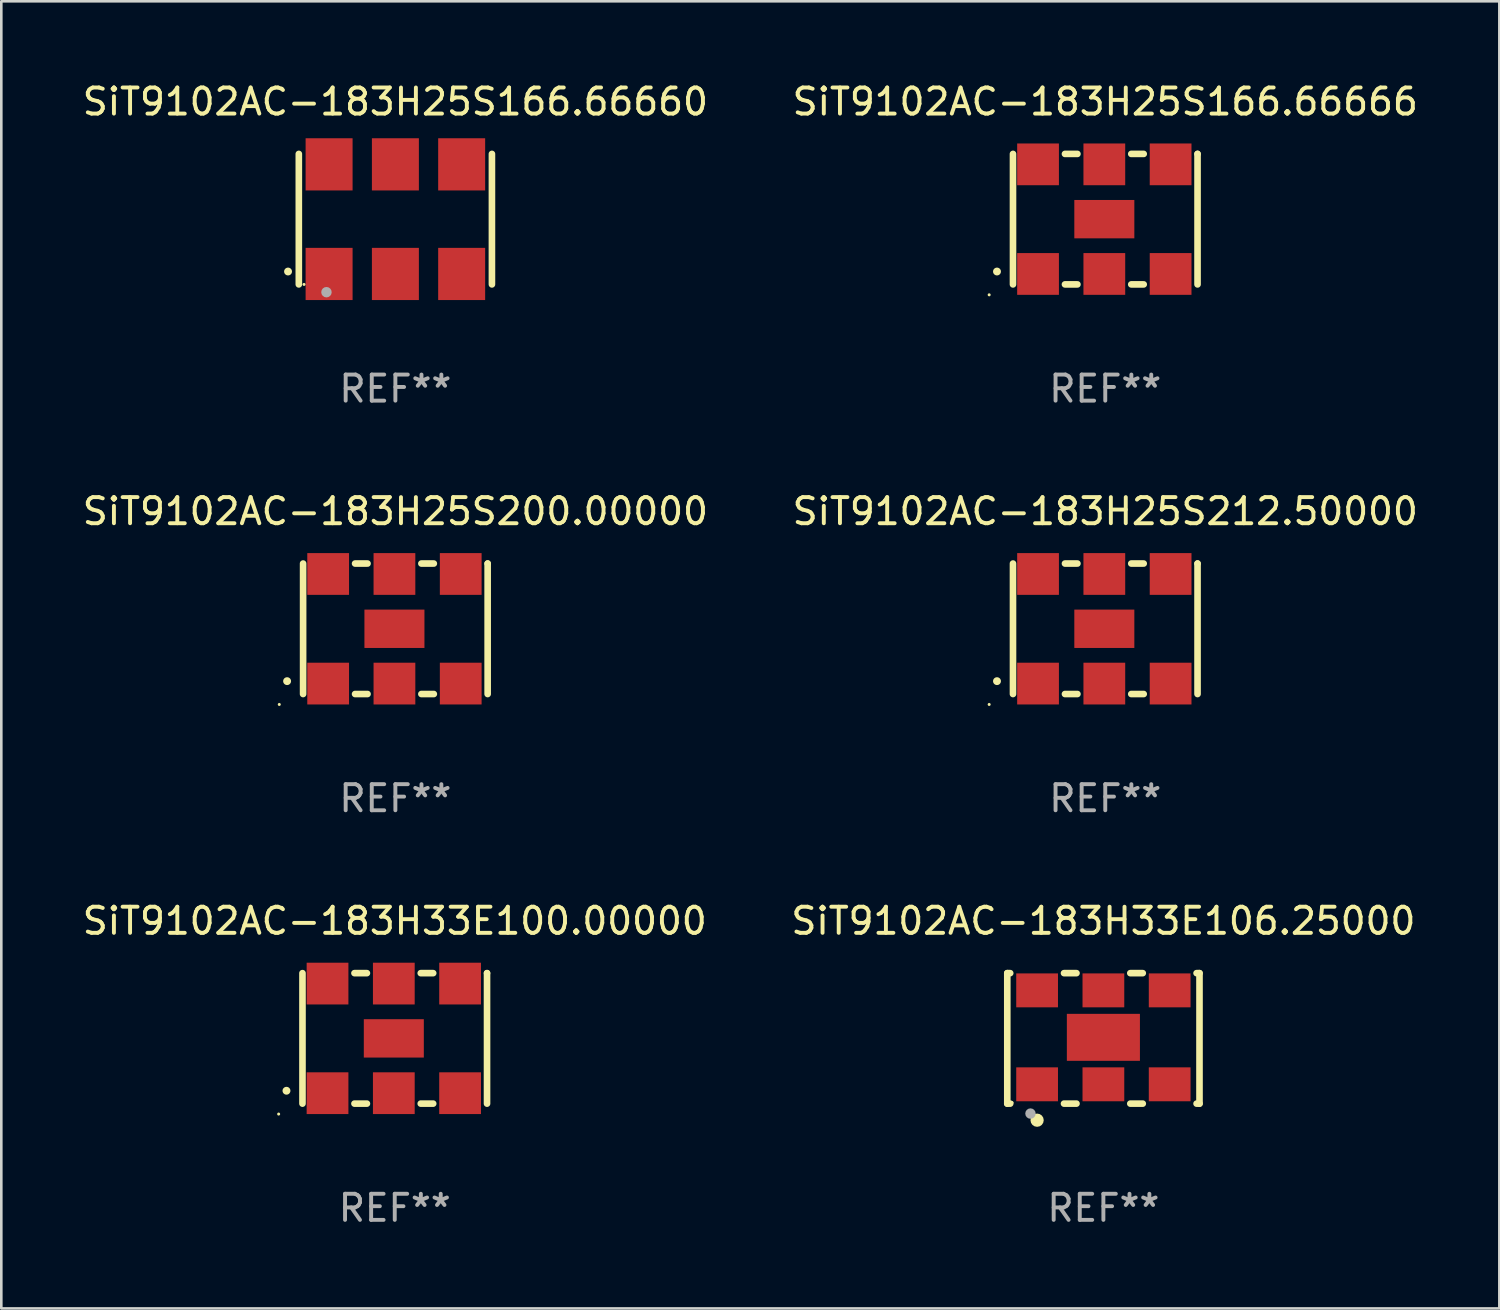
<source format=kicad_pcb>
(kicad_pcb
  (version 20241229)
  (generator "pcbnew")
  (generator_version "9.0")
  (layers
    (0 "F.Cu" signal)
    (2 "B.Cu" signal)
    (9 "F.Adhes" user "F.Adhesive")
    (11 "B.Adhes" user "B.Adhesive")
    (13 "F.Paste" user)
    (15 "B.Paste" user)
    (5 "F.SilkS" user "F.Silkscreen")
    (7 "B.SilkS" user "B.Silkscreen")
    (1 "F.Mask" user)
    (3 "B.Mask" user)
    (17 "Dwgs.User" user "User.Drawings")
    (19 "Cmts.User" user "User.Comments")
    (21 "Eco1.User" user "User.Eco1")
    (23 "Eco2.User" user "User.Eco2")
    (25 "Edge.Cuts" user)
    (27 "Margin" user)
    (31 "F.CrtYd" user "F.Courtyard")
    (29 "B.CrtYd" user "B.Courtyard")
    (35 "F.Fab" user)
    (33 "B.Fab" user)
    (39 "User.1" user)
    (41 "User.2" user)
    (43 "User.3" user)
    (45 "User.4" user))
  (footprint "SiT9102AC-183H25S212.50000"
    (layer "F.Cu")
    (at 39.304 21.045)
    (property "Reference" "SiT9102AC-183H25S212.50000" (at 0 -4.5 0) (layer "F.SilkS") (effects (font (size 1 1) (thickness 0.15))))
    (attr through_hole)
    (fp_line (start -3.536 -2.5) (end -3.536 2.5) (stroke (width 0.254) (type solid)) (layer "F.SilkS"))
    (fp_line (start -1.544 2.5) (end -1.067 2.5) (stroke (width 0.254) (type solid)) (layer "F.SilkS"))
    (fp_line (start -1.067 -2.5) (end -1.544 -2.5) (stroke (width 0.254) (type solid)) (layer "F.SilkS"))
    (fp_line (start 0.996 2.5) (end 1.473 2.5) (stroke (width 0.254) (type solid)) (layer "F.SilkS"))
    (fp_line (start 1.473 -2.5) (end 0.996 -2.5) (stroke (width 0.254) (type solid)) (layer "F.SilkS"))
    (fp_line (start 3.536 -2.5) (end 3.536 -2.5) (stroke (width 0.254) (type solid)) (layer "F.SilkS"))
    (fp_line (start 3.536 2.5) (end 3.536 -2.5) (stroke (width 0.254) (type solid)) (layer "F.SilkS"))
    (fp_arc (start -4.150432 2.006604) (mid -4.149162 2.006599) (end -4.147892 2.006604) (stroke (width 0.3) (type solid)) (layer "F.SilkS"))
    (fp_circle (center -4.449 2.9) (end -4.419 2.9) (stroke (width 0.06) (type solid)) (fill no) (layer "F.SilkS"))
    (fp_text user "REF**" (at 0 6.5 0) (layer "F.Fab") (effects (font (size 1 1) (thickness 0.15))))
    (pad "1" smd rect (at -2.576 2.1) (size 1.6 1.6) (layers "F.Cu" "F.Mask" "F.Paste"))
    (pad "2" smd rect (at -0.036 2.1) (size 1.6 1.6) (layers "F.Cu" "F.Mask" "F.Paste"))
    (pad "3" smd rect (at 2.504 2.1) (size 1.6 1.6) (layers "F.Cu" "F.Mask" "F.Paste"))
    (pad "4" smd rect (at 2.504 -2.1) (size 1.6 1.6) (layers "F.Cu" "F.Mask" "F.Paste"))
    (pad "5" smd rect (at -0.036 -2.1) (size 1.6 1.6) (layers "F.Cu" "F.Mask" "F.Paste"))
    (pad "6" smd rect (at -2.576 -2.1) (size 1.6 1.6) (layers "F.Cu" "F.Mask" "F.Paste"))
    (pad "7" smd rect (at -0.036 0) (size 2.3 1.47) (layers "F.Cu" "F.Mask" "F.Paste")))
  (footprint "SiT9102AC-183H25S166.66660"
    (layer "F.Cu")
    (at 12.101 5.348)
    (property "Reference" "SiT9102AC-183H25S166.66660" (at 0 -4.5 0) (layer "F.SilkS") (effects (font (size 1 1) (thickness 0.15))))
    (attr through_hole)
    (fp_line (start -3.7 -2.5) (end -3.7 2.5) (stroke (width 0.254) (type solid)) (layer "F.SilkS"))
    (fp_line (start 3.7 -2.5) (end 3.7 2.5) (stroke (width 0.254) (type solid)) (layer "F.SilkS"))
    (fp_arc (start -4.114415 2.006604) (mid -4.113145 2.006599) (end -4.111875 2.006604) (stroke (width 0.3) (type solid)) (layer "F.SilkS"))
    (fp_circle (center -3.5 2.501) (end -3.47 2.501) (stroke (width 0.06) (type solid)) (fill no) (layer "F.SilkS"))
    (fp_circle (center -2.641 2.799) (end -2.541 2.799) (stroke (width 0.2) (type solid)) (fill no) (layer "F.Fab"))
    (fp_text user "REF**" (at 0 6.5 0) (layer "F.Fab") (effects (font (size 1 1) (thickness 0.15))))
    (pad "1" smd rect (at -2.54 2.1) (size 1.8 2) (layers "F.Cu" "F.Mask" "F.Paste"))
    (pad "2" smd rect (at 0.000394 2.1) (size 1.8 2) (layers "F.Cu" "F.Mask" "F.Paste"))
    (pad "3" smd rect (at 2.54 2.1) (size 1.8 2) (layers "F.Cu" "F.Mask" "F.Paste"))
    (pad "4" smd rect (at 2.54 -2.1) (size 1.8 2) (layers "F.Cu" "F.Mask" "F.Paste"))
    (pad "5" smd rect (at 0.000394 -2.1) (size 1.8 2) (layers "F.Cu" "F.Mask" "F.Paste"))
    (pad "6" smd rect (at -2.54 -2.1) (size 1.8 2) (layers "F.Cu" "F.Mask" "F.Paste")))
  (footprint "SiT9102AC-183H33E100.00000"
    (layer "F.Cu")
    (at 12.077 36.741)
    (property "Reference" "SiT9102AC-183H33E100.00000" (at 0 -4.5 0) (layer "F.SilkS") (effects (font (size 1 1) (thickness 0.15))))
    (attr through_hole)
    (fp_line (start -3.536 -2.5) (end -3.536 2.5) (stroke (width 0.254) (type solid)) (layer "F.SilkS"))
    (fp_line (start -1.544 2.5) (end -1.067 2.5) (stroke (width 0.254) (type solid)) (layer "F.SilkS"))
    (fp_line (start -1.067 -2.5) (end -1.544 -2.5) (stroke (width 0.254) (type solid)) (layer "F.SilkS"))
    (fp_line (start 0.996 2.5) (end 1.473 2.5) (stroke (width 0.254) (type solid)) (layer "F.SilkS"))
    (fp_line (start 1.473 -2.5) (end 0.996 -2.5) (stroke (width 0.254) (type solid)) (layer "F.SilkS"))
    (fp_line (start 3.536 -2.5) (end 3.536 -2.5) (stroke (width 0.254) (type solid)) (layer "F.SilkS"))
    (fp_line (start 3.536 2.5) (end 3.536 -2.5) (stroke (width 0.254) (type solid)) (layer "F.SilkS"))
    (fp_arc (start -4.150432 2.006604) (mid -4.149162 2.006599) (end -4.147892 2.006604) (stroke (width 0.3) (type solid)) (layer "F.SilkS"))
    (fp_circle (center -4.449 2.9) (end -4.419 2.9) (stroke (width 0.06) (type solid)) (fill no) (layer "F.SilkS"))
    (fp_text user "REF**" (at 0 6.5 0) (layer "F.Fab") (effects (font (size 1 1) (thickness 0.15))))
    (pad "1" smd rect (at -2.576 2.1) (size 1.6 1.6) (layers "F.Cu" "F.Mask" "F.Paste"))
    (pad "2" smd rect (at -0.036 2.1) (size 1.6 1.6) (layers "F.Cu" "F.Mask" "F.Paste"))
    (pad "3" smd rect (at 2.504 2.1) (size 1.6 1.6) (layers "F.Cu" "F.Mask" "F.Paste"))
    (pad "4" smd rect (at 2.504 -2.1) (size 1.6 1.6) (layers "F.Cu" "F.Mask" "F.Paste"))
    (pad "5" smd rect (at -0.036 -2.1) (size 1.6 1.6) (layers "F.Cu" "F.Mask" "F.Paste"))
    (pad "6" smd rect (at -2.576 -2.1) (size 1.6 1.6) (layers "F.Cu" "F.Mask" "F.Paste"))
    (pad "7" smd rect (at -0.036 0) (size 2.3 1.47) (layers "F.Cu" "F.Mask" "F.Paste")))
  (footprint "SiT9102AC-183H25S166.66666"
    (layer "F.Cu")
    (at 39.304 5.348)
    (property "Reference" "SiT9102AC-183H25S166.66666" (at 0 -4.5 0) (layer "F.SilkS") (effects (font (size 1 1) (thickness 0.15))))
    (attr through_hole)
    (fp_line (start -3.536 -2.5) (end -3.536 2.5) (stroke (width 0.254) (type solid)) (layer "F.SilkS"))
    (fp_line (start -1.544 2.5) (end -1.067 2.5) (stroke (width 0.254) (type solid)) (layer "F.SilkS"))
    (fp_line (start -1.067 -2.5) (end -1.544 -2.5) (stroke (width 0.254) (type solid)) (layer "F.SilkS"))
    (fp_line (start 0.996 2.5) (end 1.473 2.5) (stroke (width 0.254) (type solid)) (layer "F.SilkS"))
    (fp_line (start 1.473 -2.5) (end 0.996 -2.5) (stroke (width 0.254) (type solid)) (layer "F.SilkS"))
    (fp_line (start 3.536 -2.5) (end 3.536 -2.5) (stroke (width 0.254) (type solid)) (layer "F.SilkS"))
    (fp_line (start 3.536 2.5) (end 3.536 -2.5) (stroke (width 0.254) (type solid)) (layer "F.SilkS"))
    (fp_arc (start -4.150432 2.006604) (mid -4.149162 2.006599) (end -4.147892 2.006604) (stroke (width 0.3) (type solid)) (layer "F.SilkS"))
    (fp_circle (center -4.449 2.9) (end -4.419 2.9) (stroke (width 0.06) (type solid)) (fill no) (layer "F.SilkS"))
    (fp_text user "REF**" (at 0 6.5 0) (layer "F.Fab") (effects (font (size 1 1) (thickness 0.15))))
    (pad "1" smd rect (at -2.576 2.1) (size 1.6 1.6) (layers "F.Cu" "F.Mask" "F.Paste"))
    (pad "2" smd rect (at -0.036 2.1) (size 1.6 1.6) (layers "F.Cu" "F.Mask" "F.Paste"))
    (pad "3" smd rect (at 2.504 2.1) (size 1.6 1.6) (layers "F.Cu" "F.Mask" "F.Paste"))
    (pad "4" smd rect (at 2.504 -2.1) (size 1.6 1.6) (layers "F.Cu" "F.Mask" "F.Paste"))
    (pad "5" smd rect (at -0.036 -2.1) (size 1.6 1.6) (layers "F.Cu" "F.Mask" "F.Paste"))
    (pad "6" smd rect (at -2.576 -2.1) (size 1.6 1.6) (layers "F.Cu" "F.Mask" "F.Paste"))
    (pad "7" smd rect (at -0.036 0) (size 2.3 1.47) (layers "F.Cu" "F.Mask" "F.Paste")))
  (footprint "SiT9102AC-183H25S200.00000"
    (layer "F.Cu")
    (at 12.101 21.045)
    (property "Reference" "SiT9102AC-183H25S200.00000" (at 0 -4.5 0) (layer "F.SilkS") (effects (font (size 1 1) (thickness 0.15))))
    (attr through_hole)
    (fp_line (start -3.536 -2.5) (end -3.536 2.5) (stroke (width 0.254) (type solid)) (layer "F.SilkS"))
    (fp_line (start -1.544 2.5) (end -1.067 2.5) (stroke (width 0.254) (type solid)) (layer "F.SilkS"))
    (fp_line (start -1.067 -2.5) (end -1.544 -2.5) (stroke (width 0.254) (type solid)) (layer "F.SilkS"))
    (fp_line (start 0.996 2.5) (end 1.473 2.5) (stroke (width 0.254) (type solid)) (layer "F.SilkS"))
    (fp_line (start 1.473 -2.5) (end 0.996 -2.5) (stroke (width 0.254) (type solid)) (layer "F.SilkS"))
    (fp_line (start 3.536 -2.5) (end 3.536 -2.5) (stroke (width 0.254) (type solid)) (layer "F.SilkS"))
    (fp_line (start 3.536 2.5) (end 3.536 -2.5) (stroke (width 0.254) (type solid)) (layer "F.SilkS"))
    (fp_arc (start -4.150432 2.006604) (mid -4.149162 2.006599) (end -4.147892 2.006604) (stroke (width 0.3) (type solid)) (layer "F.SilkS"))
    (fp_circle (center -4.449 2.9) (end -4.419 2.9) (stroke (width 0.06) (type solid)) (fill no) (layer "F.SilkS"))
    (fp_text user "REF**" (at 0 6.5 0) (layer "F.Fab") (effects (font (size 1 1) (thickness 0.15))))
    (pad "1" smd rect (at -2.576 2.1) (size 1.6 1.6) (layers "F.Cu" "F.Mask" "F.Paste"))
    (pad "2" smd rect (at -0.036 2.1) (size 1.6 1.6) (layers "F.Cu" "F.Mask" "F.Paste"))
    (pad "3" smd rect (at 2.504 2.1) (size 1.6 1.6) (layers "F.Cu" "F.Mask" "F.Paste"))
    (pad "4" smd rect (at 2.504 -2.1) (size 1.6 1.6) (layers "F.Cu" "F.Mask" "F.Paste"))
    (pad "5" smd rect (at -0.036 -2.1) (size 1.6 1.6) (layers "F.Cu" "F.Mask" "F.Paste"))
    (pad "6" smd rect (at -2.576 -2.1) (size 1.6 1.6) (layers "F.Cu" "F.Mask" "F.Paste"))
    (pad "7" smd rect (at -0.036 0) (size 2.3 1.47) (layers "F.Cu" "F.Mask" "F.Paste")))
  (footprint "SiT9102AC-183H33E106.25000"
    (layer "F.Cu")
    (at 39.232 36.741)
    (property "Reference" "SiT9102AC-183H33E106.25000" (at 0 -4.5 0) (layer "F.SilkS") (effects (font (size 1 1) (thickness 0.15))))
    (attr through_hole)
    (fp_line (start -3.683 -2.5) (end -3.571 -2.5) (stroke (width 0.254) (type solid)) (layer "F.SilkS"))
    (fp_line (start -3.683 2.5) (end -3.683 -2.5) (stroke (width 0.254) (type solid)) (layer "F.SilkS"))
    (fp_line (start -3.683 2.5) (end -3.571 2.5) (stroke (width 0.254) (type solid)) (layer "F.SilkS"))
    (fp_line (start -1.509 -2.5) (end -1.031 -2.5) (stroke (width 0.254) (type solid)) (layer "F.SilkS"))
    (fp_line (start -1.509 2.5) (end -1.031 2.5) (stroke (width 0.254) (type solid)) (layer "F.SilkS"))
    (fp_line (start 1.031 -2.5) (end 1.509 -2.5) (stroke (width 0.254) (type solid)) (layer "F.SilkS"))
    (fp_line (start 1.031 2.5) (end 1.509 2.5) (stroke (width 0.254) (type solid)) (layer "F.SilkS"))
    (fp_line (start 3.571 -2.5) (end 3.683 -2.5) (stroke (width 0.254) (type solid)) (layer "F.SilkS"))
    (fp_line (start 3.571 2.5) (end 3.683 2.5) (stroke (width 0.254) (type solid)) (layer "F.SilkS"))
    (fp_line (start 3.683 2.5) (end 3.683 -2.5) (stroke (width 0.254) (type solid)) (layer "F.SilkS"))
    (fp_circle (center -3.5 2.46) (end -3.47 2.46) (stroke (width 0.06) (type solid)) (fill no) (layer "F.SilkS"))
    (fp_circle (center -2.54 3.135) (end -2.413 3.135) (stroke (width 0.254) (type solid)) (fill no) (layer "F.SilkS"))
    (fp_circle (center -2.794 2.881) (end -2.694 2.881) (stroke (width 0.2) (type solid)) (fill no) (layer "F.Fab"))
    (fp_text user "REF**" (at 0 6.5 0) (layer "F.Fab") (effects (font (size 1 1) (thickness 0.15))))
    (pad "1" smd rect (at -2.54 1.76) (size 1.6 1.3) (layers "F.Cu" "F.Mask" "F.Paste"))
    (pad "2" smd rect (at 0 1.76) (size 1.6 1.3) (layers "F.Cu" "F.Mask" "F.Paste"))
    (pad "3" smd rect (at 2.54 1.76) (size 1.6 1.3) (layers "F.Cu" "F.Mask" "F.Paste"))
    (pad "4" smd rect (at 2.54 -1.84) (size 1.6 1.3) (layers "F.Cu" "F.Mask" "F.Paste"))
    (pad "5" smd rect (at 0 -1.84) (size 1.6 1.3) (layers "F.Cu" "F.Mask" "F.Paste"))
    (pad "6" smd rect (at -2.54 -1.84) (size 1.6 1.3) (layers "F.Cu" "F.Mask" "F.Paste"))
    (pad "7" smd rect (at 0 -0.04) (size 2.8 1.8) (layers "F.Cu" "F.Mask" "F.Paste")))
  (gr_rect
    (start -3 -3)
    (end 54.405 47.09)
    (stroke (width 0.1) (type default))
    (fill no)
    (layer "Edge.Cuts")))
</source>
